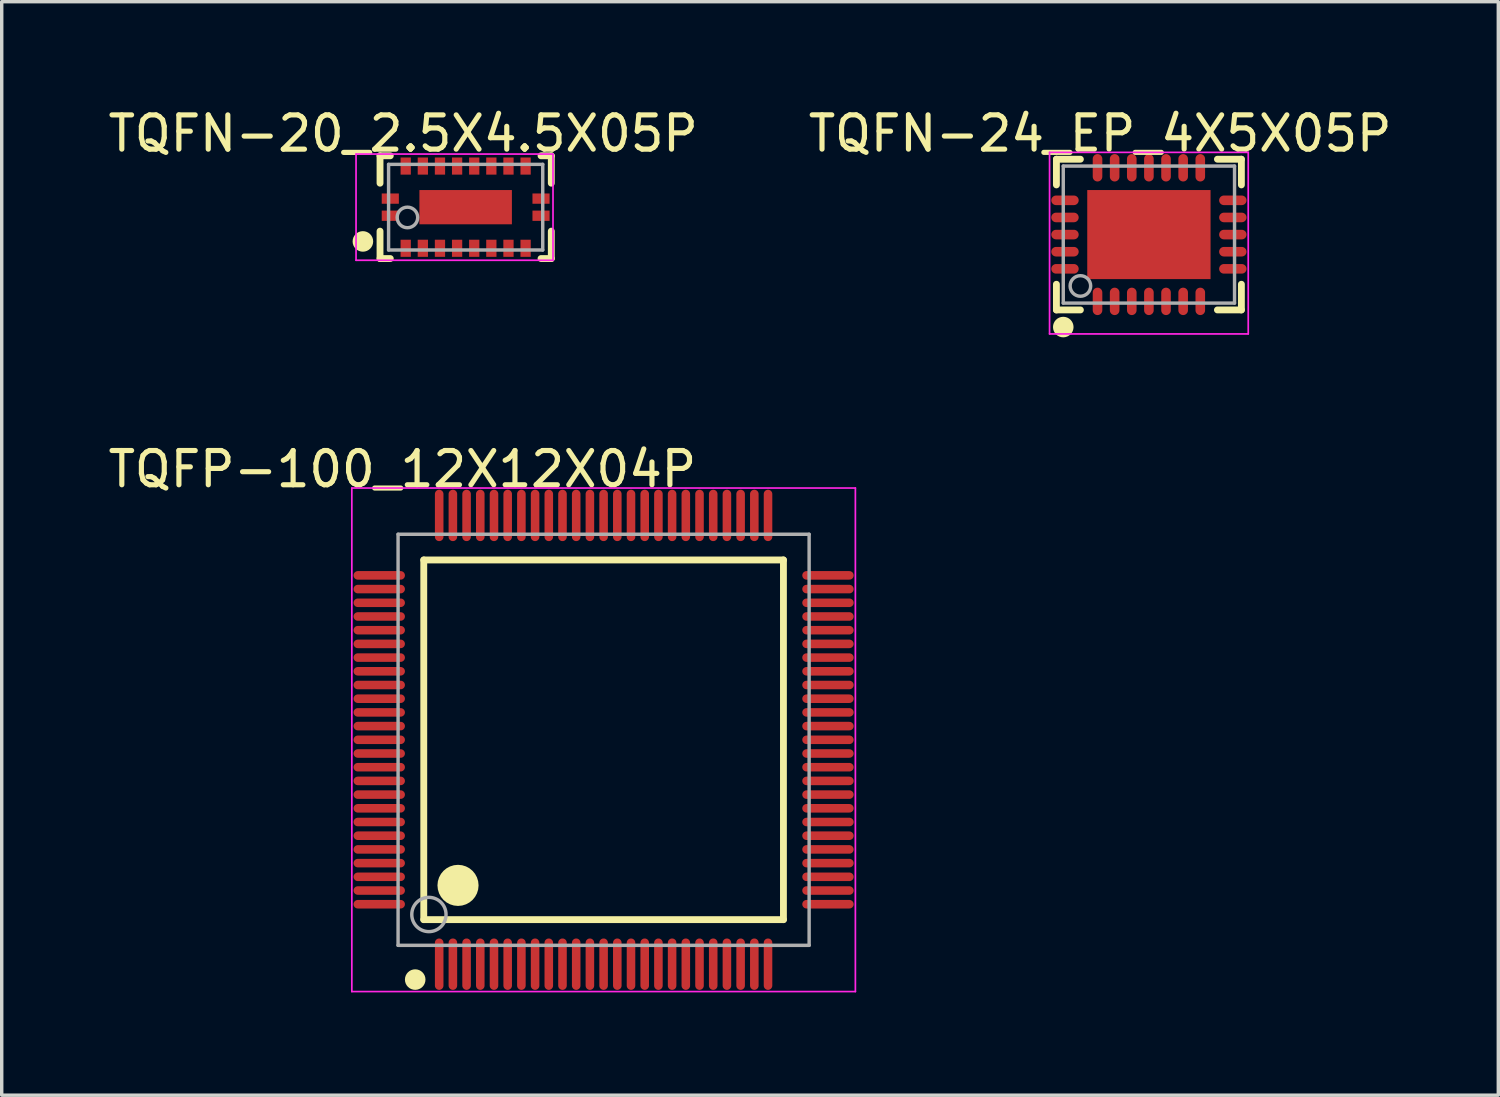
<source format=kicad_pcb>
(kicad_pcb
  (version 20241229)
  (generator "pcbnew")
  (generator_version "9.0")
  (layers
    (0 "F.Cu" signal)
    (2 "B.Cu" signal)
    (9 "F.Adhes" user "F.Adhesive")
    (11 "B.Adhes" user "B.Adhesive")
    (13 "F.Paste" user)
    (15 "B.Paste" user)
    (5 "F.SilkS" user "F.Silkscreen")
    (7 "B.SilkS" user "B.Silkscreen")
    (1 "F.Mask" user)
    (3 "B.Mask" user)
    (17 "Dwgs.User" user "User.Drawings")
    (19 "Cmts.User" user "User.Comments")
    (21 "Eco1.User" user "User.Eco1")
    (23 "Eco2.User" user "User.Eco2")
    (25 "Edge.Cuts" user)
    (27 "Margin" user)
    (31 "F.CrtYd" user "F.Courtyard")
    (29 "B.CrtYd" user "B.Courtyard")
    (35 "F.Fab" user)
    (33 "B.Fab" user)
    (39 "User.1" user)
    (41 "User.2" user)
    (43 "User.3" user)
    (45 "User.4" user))
  (footprint "TQFN-20_2.5X4.5X05P"
    (layer "F.Cu")
    (at 10.544 2.998)
    (property "Reference" "TQFN-20_2.5X4.5X05P" (at -1.824 -2.149 0) (layer "F.SilkS") (effects (font (size 1 1) (thickness 0.15))))
    (attr through_hole)
    (fp_line (start -2.5 -1.5) (end -2.2 -1.5) (stroke (width 0.2) (type solid)) (layer "F.SilkS"))
    (fp_line (start -2.5 -0.7) (end -2.5 -1.5) (stroke (width 0.2) (type solid)) (layer "F.SilkS"))
    (fp_line (start -2.5 1.5) (end -2.5 0.7) (stroke (width 0.2) (type solid)) (layer "F.SilkS"))
    (fp_line (start -2.5 1.5) (end -2.2 1.5) (stroke (width 0.2) (type solid)) (layer "F.SilkS"))
    (fp_line (start 2.2 -1.5) (end 2.5 -1.5) (stroke (width 0.2) (type solid)) (layer "F.SilkS"))
    (fp_line (start 2.2 1.5) (end 2.5 1.5) (stroke (width 0.2) (type solid)) (layer "F.SilkS"))
    (fp_line (start 2.5 -0.7) (end 2.5 -1.5) (stroke (width 0.2) (type solid)) (layer "F.SilkS"))
    (fp_line (start 2.5 1.5) (end 2.5 0.7) (stroke (width 0.2) (type solid)) (layer "F.SilkS"))
    (fp_circle (center -3 1) (end -2.85 1) (stroke (width 0.3) (type solid)) (fill no) (layer "F.SilkS"))
    (fp_line (start -3.2 -1.55) (end 2.55 -1.55) (stroke (width 0.05) (type solid)) (layer "F.CrtYd"))
    (fp_line (start -3.2 1.55) (end -3.2 -1.55) (stroke (width 0.05) (type solid)) (layer "F.CrtYd"))
    (fp_line (start 2.55 -1.55) (end 2.55 1.55) (stroke (width 0.05) (type solid)) (layer "F.CrtYd"))
    (fp_line (start 2.55 1.55) (end -3.2 1.55) (stroke (width 0.05) (type solid)) (layer "F.CrtYd"))
    (fp_line (start -2.25 -1.25) (end 2.25 -1.25) (stroke (width 0.1) (type solid)) (layer "F.Fab"))
    (fp_line (start -2.25 1.25) (end -2.25 -1.25) (stroke (width 0.1) (type solid)) (layer "F.Fab"))
    (fp_line (start -2.25 1.25) (end 2.25 1.25) (stroke (width 0.1) (type solid)) (layer "F.Fab"))
    (fp_line (start 2.25 1.25) (end 2.25 -1.25) (stroke (width 0.1) (type solid)) (layer "F.Fab"))
    (fp_circle (center -1.7 0.3) (end -1.4 0.3) (stroke (width 0.1) (type solid)) (fill no) (layer "F.Fab"))
    (pad "0" smd rect (at 0 0 90) (size 1 2.7) (layers "F.Cu" "F.Mask" "F.Paste"))
    (pad "1" smd rect (at -2.2 0.25) (size 0.5 0.3) (layers "F.Cu" "F.Mask" "F.Paste"))
    (pad "2" smd rect (at -1.75 1.2 90) (size 0.5 0.3) (layers "F.Cu" "F.Mask" "F.Paste"))
    (pad "3" smd rect (at -1.25 1.2 90) (size 0.5 0.3) (layers "F.Cu" "F.Mask" "F.Paste"))
    (pad "4" smd rect (at -0.75 1.2 90) (size 0.5 0.3) (layers "F.Cu" "F.Mask" "F.Paste"))
    (pad "5" smd rect (at -0.25 1.2 90) (size 0.5 0.3) (layers "F.Cu" "F.Mask" "F.Paste"))
    (pad "6" smd rect (at 0.25 1.2 90) (size 0.5 0.3) (layers "F.Cu" "F.Mask" "F.Paste"))
    (pad "7" smd rect (at 0.75 1.2 90) (size 0.5 0.3) (layers "F.Cu" "F.Mask" "F.Paste"))
    (pad "8" smd rect (at 1.25 1.2 90) (size 0.5 0.3) (layers "F.Cu" "F.Mask" "F.Paste"))
    (pad "9" smd rect (at 1.75 1.2 90) (size 0.5 0.3) (layers "F.Cu" "F.Mask" "F.Paste"))
    (pad "10" smd rect (at 2.2 0.25) (size 0.5 0.3) (layers "F.Cu" "F.Mask" "F.Paste"))
    (pad "11" smd rect (at 2.2 -0.25) (size 0.5 0.3) (layers "F.Cu" "F.Mask" "F.Paste"))
    (pad "12" smd rect (at 1.75 -1.2 270) (size 0.5 0.3) (layers "F.Cu" "F.Mask" "F.Paste"))
    (pad "13" smd rect (at 1.25 -1.2 270) (size 0.5 0.3) (layers "F.Cu" "F.Mask" "F.Paste"))
    (pad "14" smd rect (at 0.75 -1.2 270) (size 0.5 0.3) (layers "F.Cu" "F.Mask" "F.Paste"))
    (pad "15" smd rect (at 0.25 -1.2 270) (size 0.5 0.3) (layers "F.Cu" "F.Mask" "F.Paste"))
    (pad "16" smd rect (at -0.25 -1.2 270) (size 0.5 0.3) (layers "F.Cu" "F.Mask" "F.Paste"))
    (pad "17" smd rect (at -0.75 -1.2 270) (size 0.5 0.3) (layers "F.Cu" "F.Mask" "F.Paste"))
    (pad "18" smd rect (at -1.25 -1.2 270) (size 0.5 0.3) (layers "F.Cu" "F.Mask" "F.Paste"))
    (pad "19" smd rect (at -1.75 -1.2 270) (size 0.5 0.3) (layers "F.Cu" "F.Mask" "F.Paste"))
    (pad "20" smd rect (at -2.2 -0.25) (size 0.5 0.3) (layers "F.Cu" "F.Mask" "F.Paste")))
  (footprint "TQFP-100_12X12X04P"
    (layer "F.Cu")
    (at 14.571 18.547)
    (property "Reference" "TQFP-100_12X12X04P" (at -5.874 -7.9 0) (layer "F.SilkS") (effects (font (size 1 1) (thickness 0.15))))
    (attr through_hole)
    (fp_line (start -5.25 -5.25) (end 5.25 -5.25) (stroke (width 0.2) (type solid)) (layer "F.SilkS"))
    (fp_line (start -5.25 5.25) (end -5.25 -5.25) (stroke (width 0.2) (type solid)) (layer "F.SilkS"))
    (fp_line (start -5.25 5.25) (end 5.25 5.25) (stroke (width 0.2) (type solid)) (layer "F.SilkS"))
    (fp_line (start 5.25 5.25) (end 5.25 -5.25) (stroke (width 0.2) (type solid)) (layer "F.SilkS"))
    (fp_circle (center -5.5 7) (end -5.35 7) (stroke (width 0.3) (type solid)) (fill no) (layer "F.SilkS"))
    (fp_circle (center -4.25 4.25) (end -3.95 4.25) (stroke (width 0.6) (type solid)) (fill no) (layer "F.SilkS"))
    (fp_line (start -7.35 -7.35) (end 7.35 -7.35) (stroke (width 0.05) (type solid)) (layer "F.CrtYd"))
    (fp_line (start -7.35 7.35) (end -7.35 -7.35) (stroke (width 0.05) (type solid)) (layer "F.CrtYd"))
    (fp_line (start 7.35 -7.35) (end 7.35 7.35) (stroke (width 0.05) (type solid)) (layer "F.CrtYd"))
    (fp_line (start 7.35 7.35) (end -7.35 7.35) (stroke (width 0.05) (type solid)) (layer "F.CrtYd"))
    (fp_line (start -6 -6) (end 6 -6) (stroke (width 0.1) (type solid)) (layer "F.Fab"))
    (fp_line (start -6 6) (end -6 -6) (stroke (width 0.1) (type solid)) (layer "F.Fab"))
    (fp_line (start -6 6) (end 6 6) (stroke (width 0.1) (type solid)) (layer "F.Fab"))
    (fp_line (start 6 6) (end 6 -6) (stroke (width 0.1) (type solid)) (layer "F.Fab"))
    (fp_circle (center -5.1 5.1) (end -4.6 5.1) (stroke (width 0.1) (type solid)) (fill no) (layer "F.Fab"))
    (pad "1" smd oval (at -4.8 6.55 180) (size 0.25 1.5) (layers "F.Cu" "F.Mask" "F.Paste"))
    (pad "2" smd oval (at -4.4 6.55 180) (size 0.25 1.5) (layers "F.Cu" "F.Mask" "F.Paste"))
    (pad "3" smd oval (at -4 6.55 180) (size 0.25 1.5) (layers "F.Cu" "F.Mask" "F.Paste"))
    (pad "4" smd oval (at -3.6 6.55 180) (size 0.25 1.5) (layers "F.Cu" "F.Mask" "F.Paste"))
    (pad "5" smd oval (at -3.2 6.55 180) (size 0.25 1.5) (layers "F.Cu" "F.Mask" "F.Paste"))
    (pad "6" smd oval (at -2.8 6.55 180) (size 0.25 1.5) (layers "F.Cu" "F.Mask" "F.Paste"))
    (pad "7" smd oval (at -2.4 6.55 180) (size 0.25 1.5) (layers "F.Cu" "F.Mask" "F.Paste"))
    (pad "8" smd oval (at -2 6.55 180) (size 0.25 1.5) (layers "F.Cu" "F.Mask" "F.Paste"))
    (pad "9" smd oval (at -1.6 6.55 180) (size 0.25 1.5) (layers "F.Cu" "F.Mask" "F.Paste"))
    (pad "10" smd oval (at -1.2 6.55 180) (size 0.25 1.5) (layers "F.Cu" "F.Mask" "F.Paste"))
    (pad "11" smd oval (at -0.8 6.55 180) (size 0.25 1.5) (layers "F.Cu" "F.Mask" "F.Paste"))
    (pad "12" smd oval (at -0.4 6.55 180) (size 0.25 1.5) (layers "F.Cu" "F.Mask" "F.Paste"))
    (pad "13" smd oval (at 0 6.55 180) (size 0.25 1.5) (layers "F.Cu" "F.Mask" "F.Paste"))
    (pad "14" smd oval (at 0.4 6.55 180) (size 0.25 1.5) (layers "F.Cu" "F.Mask" "F.Paste"))
    (pad "15" smd oval (at 0.8 6.55 180) (size 0.25 1.5) (layers "F.Cu" "F.Mask" "F.Paste"))
    (pad "16" smd oval (at 1.2 6.55 180) (size 0.25 1.5) (layers "F.Cu" "F.Mask" "F.Paste"))
    (pad "17" smd oval (at 1.6 6.55 180) (size 0.25 1.5) (layers "F.Cu" "F.Mask" "F.Paste"))
    (pad "18" smd oval (at 2 6.55 180) (size 0.25 1.5) (layers "F.Cu" "F.Mask" "F.Paste"))
    (pad "19" smd oval (at 2.4 6.55 180) (size 0.25 1.5) (layers "F.Cu" "F.Mask" "F.Paste"))
    (pad "20" smd oval (at 2.8 6.55 180) (size 0.25 1.5) (layers "F.Cu" "F.Mask" "F.Paste"))
    (pad "21" smd oval (at 3.2 6.55 180) (size 0.25 1.5) (layers "F.Cu" "F.Mask" "F.Paste"))
    (pad "22" smd oval (at 3.6 6.55 180) (size 0.25 1.5) (layers "F.Cu" "F.Mask" "F.Paste"))
    (pad "23" smd oval (at 4 6.55 180) (size 0.25 1.5) (layers "F.Cu" "F.Mask" "F.Paste"))
    (pad "24" smd oval (at 4.4 6.55 180) (size 0.25 1.5) (layers "F.Cu" "F.Mask" "F.Paste"))
    (pad "25" smd oval (at 4.8 6.55 180) (size 0.25 1.5) (layers "F.Cu" "F.Mask" "F.Paste"))
    (pad "26" smd oval (at 6.55 4.8 90) (size 0.25 1.5) (layers "F.Cu" "F.Mask" "F.Paste"))
    (pad "27" smd oval (at 6.55 4.4 90) (size 0.25 1.5) (layers "F.Cu" "F.Mask" "F.Paste"))
    (pad "28" smd oval (at 6.55 4 90) (size 0.25 1.5) (layers "F.Cu" "F.Mask" "F.Paste"))
    (pad "29" smd oval (at 6.55 3.6 90) (size 0.25 1.5) (layers "F.Cu" "F.Mask" "F.Paste"))
    (pad "30" smd oval (at 6.55 3.2 90) (size 0.25 1.5) (layers "F.Cu" "F.Mask" "F.Paste"))
    (pad "31" smd oval (at 6.55 2.8 90) (size 0.25 1.5) (layers "F.Cu" "F.Mask" "F.Paste"))
    (pad "32" smd oval (at 6.55 2.4 90) (size 0.25 1.5) (layers "F.Cu" "F.Mask" "F.Paste"))
    (pad "33" smd oval (at 6.55 2 90) (size 0.25 1.5) (layers "F.Cu" "F.Mask" "F.Paste"))
    (pad "34" smd oval (at 6.55 1.6 90) (size 0.25 1.5) (layers "F.Cu" "F.Mask" "F.Paste"))
    (pad "35" smd oval (at 6.55 1.2 90) (size 0.25 1.5) (layers "F.Cu" "F.Mask" "F.Paste"))
    (pad "36" smd oval (at 6.55 0.8 90) (size 0.25 1.5) (layers "F.Cu" "F.Mask" "F.Paste"))
    (pad "37" smd oval (at 6.55 0.4 90) (size 0.25 1.5) (layers "F.Cu" "F.Mask" "F.Paste"))
    (pad "38" smd oval (at 6.55 0 90) (size 0.25 1.5) (layers "F.Cu" "F.Mask" "F.Paste"))
    (pad "39" smd oval (at 6.55 -0.4 90) (size 0.25 1.5) (layers "F.Cu" "F.Mask" "F.Paste"))
    (pad "40" smd oval (at 6.55 -0.8 90) (size 0.25 1.5) (layers "F.Cu" "F.Mask" "F.Paste"))
    (pad "41" smd oval (at 6.55 -1.2 90) (size 0.25 1.5) (layers "F.Cu" "F.Mask" "F.Paste"))
    (pad "42" smd oval (at 6.55 -1.6 90) (size 0.25 1.5) (layers "F.Cu" "F.Mask" "F.Paste"))
    (pad "43" smd oval (at 6.55 -2 90) (size 0.25 1.5) (layers "F.Cu" "F.Mask" "F.Paste"))
    (pad "44" smd oval (at 6.55 -2.4 90) (size 0.25 1.5) (layers "F.Cu" "F.Mask" "F.Paste"))
    (pad "45" smd oval (at 6.55 -2.8 90) (size 0.25 1.5) (layers "F.Cu" "F.Mask" "F.Paste"))
    (pad "46" smd oval (at 6.55 -3.2 90) (size 0.25 1.5) (layers "F.Cu" "F.Mask" "F.Paste"))
    (pad "47" smd oval (at 6.55 -3.6 90) (size 0.25 1.5) (layers "F.Cu" "F.Mask" "F.Paste"))
    (pad "48" smd oval (at 6.55 -4 90) (size 0.25 1.5) (layers "F.Cu" "F.Mask" "F.Paste"))
    (pad "49" smd oval (at 6.55 -4.4 90) (size 0.25 1.5) (layers "F.Cu" "F.Mask" "F.Paste"))
    (pad "50" smd oval (at 6.55 -4.8 90) (size 0.25 1.5) (layers "F.Cu" "F.Mask" "F.Paste"))
    (pad "51" smd oval (at 4.8 -6.55 180) (size 0.25 1.5) (layers "F.Cu" "F.Mask" "F.Paste"))
    (pad "52" smd oval (at 4.4 -6.55 180) (size 0.25 1.5) (layers "F.Cu" "F.Mask" "F.Paste"))
    (pad "53" smd oval (at 4 -6.55 180) (size 0.25 1.5) (layers "F.Cu" "F.Mask" "F.Paste"))
    (pad "54" smd oval (at 3.6 -6.55 180) (size 0.25 1.5) (layers "F.Cu" "F.Mask" "F.Paste"))
    (pad "55" smd oval (at 3.2 -6.55 180) (size 0.25 1.5) (layers "F.Cu" "F.Mask" "F.Paste"))
    (pad "56" smd oval (at 2.8 -6.55 180) (size 0.25 1.5) (layers "F.Cu" "F.Mask" "F.Paste"))
    (pad "57" smd oval (at 2.4 -6.55 180) (size 0.25 1.5) (layers "F.Cu" "F.Mask" "F.Paste"))
    (pad "58" smd oval (at 2 -6.55 180) (size 0.25 1.5) (layers "F.Cu" "F.Mask" "F.Paste"))
    (pad "59" smd oval (at 1.6 -6.55 180) (size 0.25 1.5) (layers "F.Cu" "F.Mask" "F.Paste"))
    (pad "60" smd oval (at 1.2 -6.55 180) (size 0.25 1.5) (layers "F.Cu" "F.Mask" "F.Paste"))
    (pad "61" smd oval (at 0.8 -6.55 180) (size 0.25 1.5) (layers "F.Cu" "F.Mask" "F.Paste"))
    (pad "62" smd oval (at 0.4 -6.55 180) (size 0.25 1.5) (layers "F.Cu" "F.Mask" "F.Paste"))
    (pad "63" smd oval (at 0 -6.55 180) (size 0.25 1.5) (layers "F.Cu" "F.Mask" "F.Paste"))
    (pad "64" smd oval (at -0.4 -6.55 180) (size 0.25 1.5) (layers "F.Cu" "F.Mask" "F.Paste"))
    (pad "65" smd oval (at -0.8 -6.55 180) (size 0.25 1.5) (layers "F.Cu" "F.Mask" "F.Paste"))
    (pad "66" smd oval (at -1.2 -6.55 180) (size 0.25 1.5) (layers "F.Cu" "F.Mask" "F.Paste"))
    (pad "67" smd oval (at -1.6 -6.55 180) (size 0.25 1.5) (layers "F.Cu" "F.Mask" "F.Paste"))
    (pad "68" smd oval (at -2 -6.55 180) (size 0.25 1.5) (layers "F.Cu" "F.Mask" "F.Paste"))
    (pad "69" smd oval (at -2.4 -6.55 180) (size 0.25 1.5) (layers "F.Cu" "F.Mask" "F.Paste"))
    (pad "70" smd oval (at -2.8 -6.55 180) (size 0.25 1.5) (layers "F.Cu" "F.Mask" "F.Paste"))
    (pad "71" smd oval (at -3.2 -6.55 180) (size 0.25 1.5) (layers "F.Cu" "F.Mask" "F.Paste"))
    (pad "72" smd oval (at -3.6 -6.55 180) (size 0.25 1.5) (layers "F.Cu" "F.Mask" "F.Paste"))
    (pad "73" smd oval (at -4 -6.55 180) (size 0.25 1.5) (layers "F.Cu" "F.Mask" "F.Paste"))
    (pad "74" smd oval (at -4.4 -6.55 180) (size 0.25 1.5) (layers "F.Cu" "F.Mask" "F.Paste"))
    (pad "75" smd oval (at -4.8 -6.55 180) (size 0.25 1.5) (layers "F.Cu" "F.Mask" "F.Paste"))
    (pad "76" smd oval (at -6.55 -4.8 90) (size 0.25 1.5) (layers "F.Cu" "F.Mask" "F.Paste"))
    (pad "77" smd oval (at -6.55 -4.4 90) (size 0.25 1.5) (layers "F.Cu" "F.Mask" "F.Paste"))
    (pad "78" smd oval (at -6.55 -4 90) (size 0.25 1.5) (layers "F.Cu" "F.Mask" "F.Paste"))
    (pad "79" smd oval (at -6.55 -3.6 90) (size 0.25 1.5) (layers "F.Cu" "F.Mask" "F.Paste"))
    (pad "80" smd oval (at -6.55 -3.2 90) (size 0.25 1.5) (layers "F.Cu" "F.Mask" "F.Paste"))
    (pad "81" smd oval (at -6.55 -2.8 90) (size 0.25 1.5) (layers "F.Cu" "F.Mask" "F.Paste"))
    (pad "82" smd oval (at -6.55 -2.4 90) (size 0.25 1.5) (layers "F.Cu" "F.Mask" "F.Paste"))
    (pad "83" smd oval (at -6.55 -2 90) (size 0.25 1.5) (layers "F.Cu" "F.Mask" "F.Paste"))
    (pad "84" smd oval (at -6.55 -1.6 90) (size 0.25 1.5) (layers "F.Cu" "F.Mask" "F.Paste"))
    (pad "85" smd oval (at -6.55 -1.2 90) (size 0.25 1.5) (layers "F.Cu" "F.Mask" "F.Paste"))
    (pad "86" smd oval (at -6.55 -0.8 90) (size 0.25 1.5) (layers "F.Cu" "F.Mask" "F.Paste"))
    (pad "87" smd oval (at -6.55 -0.4 90) (size 0.25 1.5) (layers "F.Cu" "F.Mask" "F.Paste"))
    (pad "88" smd oval (at -6.55 0 90) (size 0.25 1.5) (layers "F.Cu" "F.Mask" "F.Paste"))
    (pad "89" smd oval (at -6.55 0.4 90) (size 0.25 1.5) (layers "F.Cu" "F.Mask" "F.Paste"))
    (pad "90" smd oval (at -6.55 0.8 90) (size 0.25 1.5) (layers "F.Cu" "F.Mask" "F.Paste"))
    (pad "91" smd oval (at -6.55 1.2 90) (size 0.25 1.5) (layers "F.Cu" "F.Mask" "F.Paste"))
    (pad "92" smd oval (at -6.55 1.6 90) (size 0.25 1.5) (layers "F.Cu" "F.Mask" "F.Paste"))
    (pad "93" smd oval (at -6.55 2 90) (size 0.25 1.5) (layers "F.Cu" "F.Mask" "F.Paste"))
    (pad "94" smd oval (at -6.55 2.4 90) (size 0.25 1.5) (layers "F.Cu" "F.Mask" "F.Paste"))
    (pad "95" smd oval (at -6.55 2.8 90) (size 0.25 1.5) (layers "F.Cu" "F.Mask" "F.Paste"))
    (pad "96" smd oval (at -6.55 3.2 90) (size 0.25 1.5) (layers "F.Cu" "F.Mask" "F.Paste"))
    (pad "97" smd oval (at -6.55 3.6 90) (size 0.25 1.5) (layers "F.Cu" "F.Mask" "F.Paste"))
    (pad "98" smd oval (at -6.55 4 90) (size 0.25 1.5) (layers "F.Cu" "F.Mask" "F.Paste"))
    (pad "99" smd oval (at -6.55 4.4 90) (size 0.25 1.5) (layers "F.Cu" "F.Mask" "F.Paste"))
    (pad "100" smd oval (at -6.55 4.8 90) (size 0.25 1.5) (layers "F.Cu" "F.Mask" "F.Paste")))
  (footprint "TQFN-24_EP_4X5X05P"
    (layer "F.Cu")
    (at 30.49 3.798)
    (property "Reference" "TQFN-24_EP_4X5X05P" (at -1.424 -2.95 0) (layer "F.SilkS") (effects (font (size 1 1) (thickness 0.15))))
    (attr through_hole)
    (fp_line (start -2.7 -2.2) (end -2 -2.2) (stroke (width 0.2) (type solid)) (layer "F.SilkS"))
    (fp_line (start -2.7 -1.45) (end -2.7 -2.2) (stroke (width 0.2) (type solid)) (layer "F.SilkS"))
    (fp_line (start -2.7 2.2) (end -2.7 1.45) (stroke (width 0.2) (type solid)) (layer "F.SilkS"))
    (fp_line (start -2.7 2.2) (end -2 2.2) (stroke (width 0.2) (type solid)) (layer "F.SilkS"))
    (fp_line (start 2 -2.2) (end 2.7 -2.2) (stroke (width 0.2) (type solid)) (layer "F.SilkS"))
    (fp_line (start 2 2.2) (end 2.7 2.2) (stroke (width 0.2) (type solid)) (layer "F.SilkS"))
    (fp_line (start 2.7 -1.45) (end 2.7 -2.2) (stroke (width 0.2) (type solid)) (layer "F.SilkS"))
    (fp_line (start 2.7 2.2) (end 2.7 1.45) (stroke (width 0.2) (type solid)) (layer "F.SilkS"))
    (fp_circle (center -2.5 2.7) (end -2.35 2.7) (stroke (width 0.3) (type solid)) (fill no) (layer "F.SilkS"))
    (fp_line (start -2.9 -2.4) (end 2.9 -2.4) (stroke (width 0.05) (type solid)) (layer "F.CrtYd"))
    (fp_line (start -2.9 2.9) (end -2.9 -2.4) (stroke (width 0.05) (type solid)) (layer "F.CrtYd"))
    (fp_line (start 2.9 -2.4) (end 2.9 2.9) (stroke (width 0.05) (type solid)) (layer "F.CrtYd"))
    (fp_line (start 2.9 2.9) (end -2.9 2.9) (stroke (width 0.05) (type solid)) (layer "F.CrtYd"))
    (fp_line (start -2.5 -2) (end 2.5 -2) (stroke (width 0.1) (type solid)) (layer "F.Fab"))
    (fp_line (start -2.5 2) (end -2.5 -2) (stroke (width 0.1) (type solid)) (layer "F.Fab"))
    (fp_line (start -2.5 2) (end 2.5 2) (stroke (width 0.1) (type solid)) (layer "F.Fab"))
    (fp_line (start 2.5 2) (end 2.5 -2) (stroke (width 0.1) (type solid)) (layer "F.Fab"))
    (fp_circle (center -2 1.5) (end -1.7 1.5) (stroke (width 0.1) (type solid)) (fill no) (layer "F.Fab"))
    (pad "0" smd rect (at 0 0 90) (size 2.6 3.6) (layers "F.Cu" "F.Mask" "F.Paste"))
    (pad "1" smd oval (at -1.5 1.95 90) (size 0.8 0.28) (layers "F.Cu" "F.Mask" "F.Paste"))
    (pad "2" smd oval (at -1 1.95 90) (size 0.8 0.28) (layers "F.Cu" "F.Mask" "F.Paste"))
    (pad "3" smd oval (at -0.5 1.95 90) (size 0.8 0.28) (layers "F.Cu" "F.Mask" "F.Paste"))
    (pad "4" smd oval (at 0 1.95 90) (size 0.8 0.28) (layers "F.Cu" "F.Mask" "F.Paste"))
    (pad "5" smd oval (at 0.5 1.95 90) (size 0.8 0.28) (layers "F.Cu" "F.Mask" "F.Paste"))
    (pad "6" smd oval (at 1 1.95 90) (size 0.8 0.28) (layers "F.Cu" "F.Mask" "F.Paste"))
    (pad "7" smd oval (at 1.5 1.95 90) (size 0.8 0.28) (layers "F.Cu" "F.Mask" "F.Paste"))
    (pad "8" smd oval (at 2.45 1 180) (size 0.8 0.28) (layers "F.Cu" "F.Mask" "F.Paste"))
    (pad "9" smd oval (at 2.45 0.5 180) (size 0.8 0.28) (layers "F.Cu" "F.Mask" "F.Paste"))
    (pad "10" smd oval (at 2.45 0 180) (size 0.8 0.28) (layers "F.Cu" "F.Mask" "F.Paste"))
    (pad "11" smd oval (at 2.45 -0.5 180) (size 0.8 0.28) (layers "F.Cu" "F.Mask" "F.Paste"))
    (pad "12" smd oval (at 2.45 -1 180) (size 0.8 0.28) (layers "F.Cu" "F.Mask" "F.Paste"))
    (pad "13" smd oval (at 1.5 -1.95 270) (size 0.8 0.28) (layers "F.Cu" "F.Mask" "F.Paste"))
    (pad "14" smd oval (at 1 -1.95 270) (size 0.8 0.28) (layers "F.Cu" "F.Mask" "F.Paste"))
    (pad "15" smd oval (at 0.5 -1.95 270) (size 0.8 0.28) (layers "F.Cu" "F.Mask" "F.Paste"))
    (pad "16" smd oval (at 0 -1.95 270) (size 0.8 0.28) (layers "F.Cu" "F.Mask" "F.Paste"))
    (pad "17" smd oval (at -0.5 -1.95 270) (size 0.8 0.28) (layers "F.Cu" "F.Mask" "F.Paste"))
    (pad "18" smd oval (at -1 -1.95 270) (size 0.8 0.28) (layers "F.Cu" "F.Mask" "F.Paste"))
    (pad "19" smd oval (at -1.5 -1.95 270) (size 0.8 0.28) (layers "F.Cu" "F.Mask" "F.Paste"))
    (pad "20" smd oval (at -2.45 -1) (size 0.8 0.28) (layers "F.Cu" "F.Mask" "F.Paste"))
    (pad "21" smd oval (at -2.45 -0.5) (size 0.8 0.28) (layers "F.Cu" "F.Mask" "F.Paste"))
    (pad "22" smd oval (at -2.45 0) (size 0.8 0.28) (layers "F.Cu" "F.Mask" "F.Paste"))
    (pad "23" smd oval (at -2.45 0.5) (size 0.8 0.28) (layers "F.Cu" "F.Mask" "F.Paste"))
    (pad "24" smd oval (at -2.45 1) (size 0.8 0.28) (layers "F.Cu" "F.Mask" "F.Paste")))
  (gr_rect
    (start -3 -3)
    (end 40.69 28.922)
    (stroke (width 0.1) (type default))
    (fill no)
    (layer "Edge.Cuts")))
</source>
